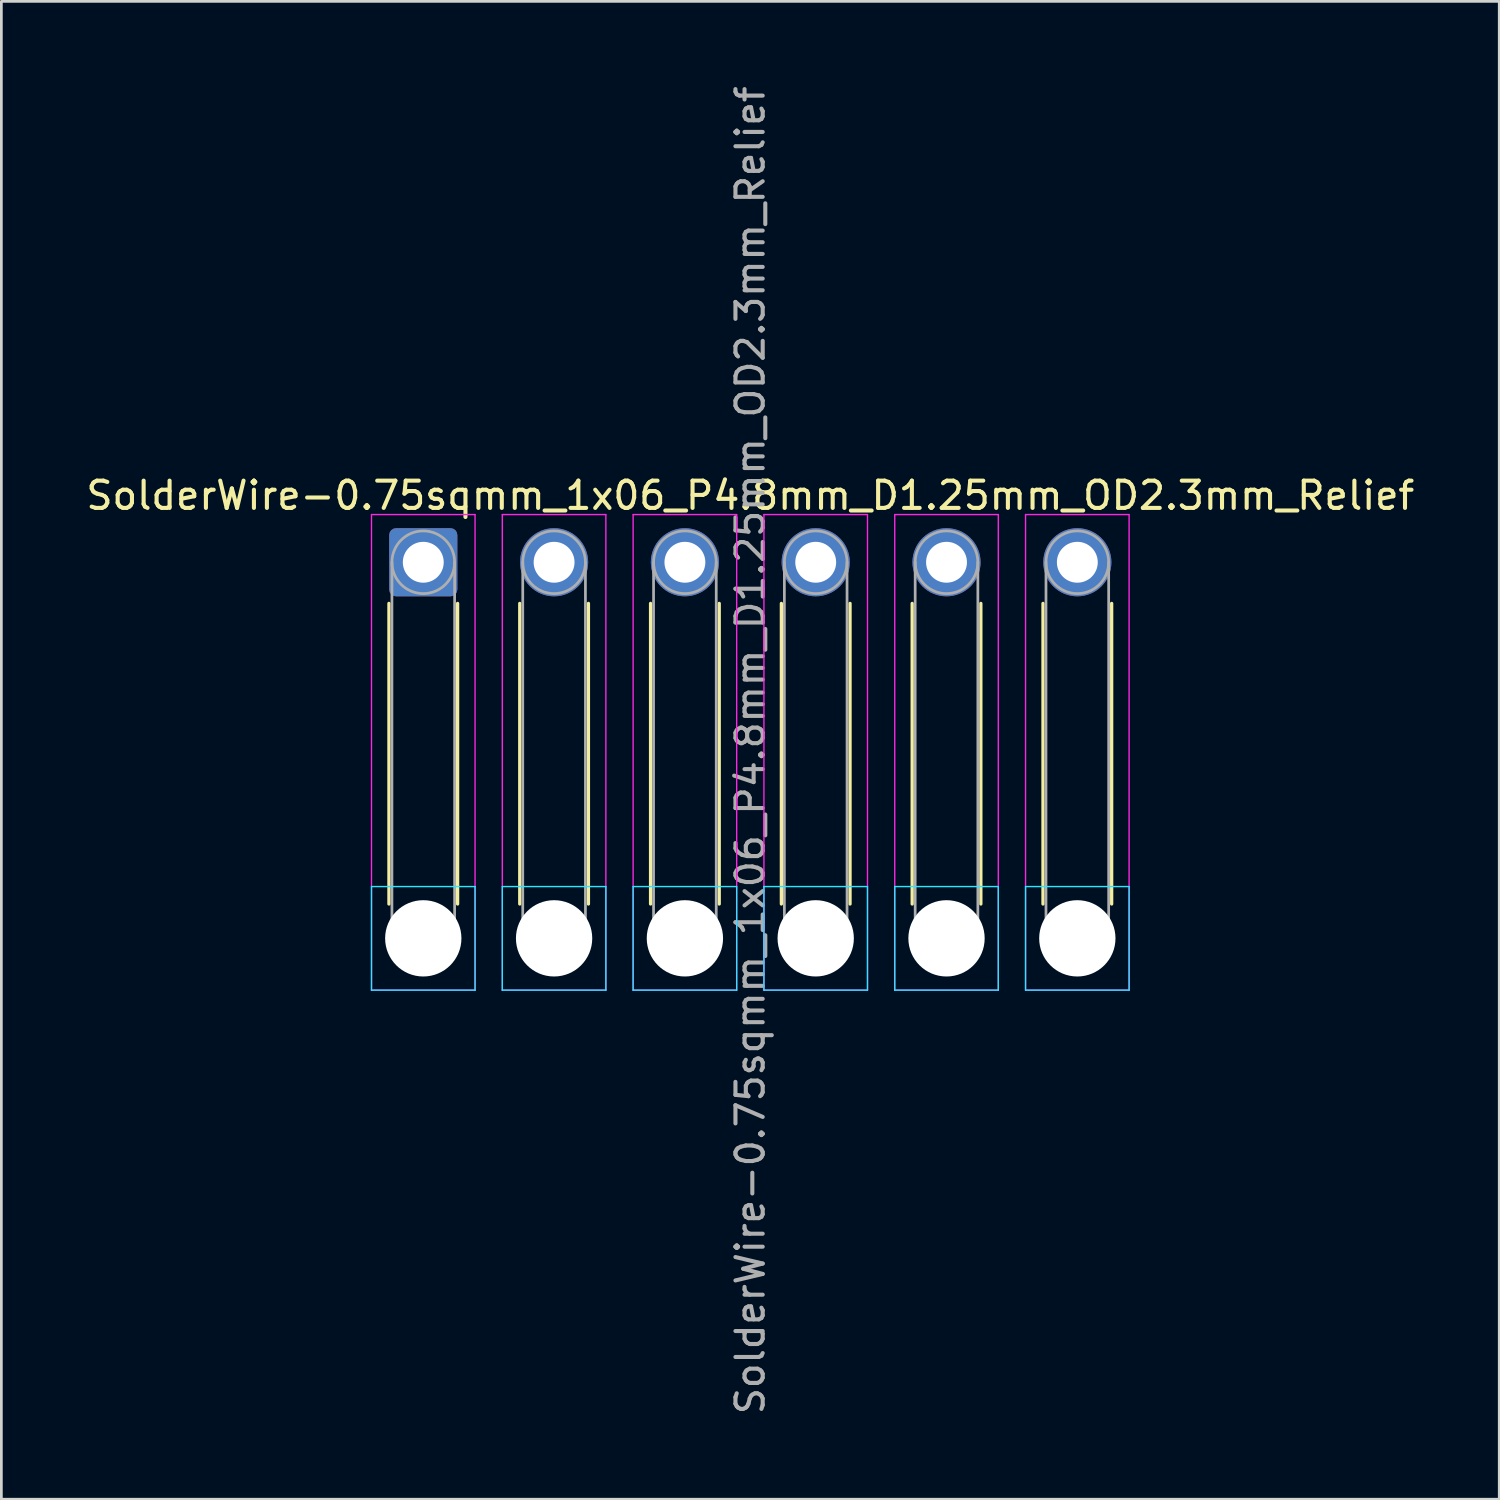
<source format=kicad_pcb>
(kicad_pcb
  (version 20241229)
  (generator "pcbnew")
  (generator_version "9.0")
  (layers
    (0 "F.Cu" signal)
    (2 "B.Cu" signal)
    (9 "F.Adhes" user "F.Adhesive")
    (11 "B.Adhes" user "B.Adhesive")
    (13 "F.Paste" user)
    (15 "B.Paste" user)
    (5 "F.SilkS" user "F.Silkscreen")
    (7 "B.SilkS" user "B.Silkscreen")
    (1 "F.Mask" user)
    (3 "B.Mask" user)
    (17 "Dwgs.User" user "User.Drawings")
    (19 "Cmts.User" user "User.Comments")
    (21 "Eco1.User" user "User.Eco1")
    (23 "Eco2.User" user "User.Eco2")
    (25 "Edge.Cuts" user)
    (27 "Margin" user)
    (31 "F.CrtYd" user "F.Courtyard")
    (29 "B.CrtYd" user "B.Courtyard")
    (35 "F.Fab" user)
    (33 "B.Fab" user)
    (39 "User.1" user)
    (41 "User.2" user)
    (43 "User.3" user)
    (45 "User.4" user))
  (footprint "SolderWire-0.75sqmm_1x06_P4.8mm_D1.25mm_OD2.3mm_Relief"
    (layer "F.Cu")
    (at 12.482 17.582)
    (property "Reference" "SolderWire-0.75sqmm_1x06_P4.8mm_D1.25mm_OD2.3mm_Relief" (at 12 -2.45 0) (layer "F.SilkS") (effects (font (size 1 1) (thickness 0.15))))
    (attr exclude_from_pos_files exclude_from_bom)
    (fp_line (start -1.26 1.51) (end -1.26 12.54) (stroke (width 0.12) (type solid)) (layer "F.SilkS"))
    (fp_line (start 1.26 1.51) (end 1.26 12.54) (stroke (width 0.12) (type solid)) (layer "F.SilkS"))
    (fp_line (start 3.54 1.51) (end 3.54 12.54) (stroke (width 0.12) (type solid)) (layer "F.SilkS"))
    (fp_line (start 6.06 1.51) (end 6.06 12.54) (stroke (width 0.12) (type solid)) (layer "F.SilkS"))
    (fp_line (start 8.34 1.51) (end 8.34 12.54) (stroke (width 0.12) (type solid)) (layer "F.SilkS"))
    (fp_line (start 10.86 1.51) (end 10.86 12.54) (stroke (width 0.12) (type solid)) (layer "F.SilkS"))
    (fp_line (start 13.14 1.51) (end 13.14 12.54) (stroke (width 0.12) (type solid)) (layer "F.SilkS"))
    (fp_line (start 15.66 1.51) (end 15.66 12.54) (stroke (width 0.12) (type solid)) (layer "F.SilkS"))
    (fp_line (start 17.94 1.51) (end 17.94 12.54) (stroke (width 0.12) (type solid)) (layer "F.SilkS"))
    (fp_line (start 20.46 1.51) (end 20.46 12.54) (stroke (width 0.12) (type solid)) (layer "F.SilkS"))
    (fp_line (start 22.74 1.51) (end 22.74 12.54) (stroke (width 0.12) (type solid)) (layer "F.SilkS"))
    (fp_line (start 25.26 1.51) (end 25.26 12.54) (stroke (width 0.12) (type solid)) (layer "F.SilkS"))
    (fp_line (start -1.9 11.9) (end -1.9 15.7) (stroke (width 0.05) (type solid)) (layer "B.CrtYd"))
    (fp_line (start -1.9 15.7) (end 1.9 15.7) (stroke (width 0.05) (type solid)) (layer "B.CrtYd"))
    (fp_line (start 1.9 11.9) (end -1.9 11.9) (stroke (width 0.05) (type solid)) (layer "B.CrtYd"))
    (fp_line (start 1.9 15.7) (end 1.9 11.9) (stroke (width 0.05) (type solid)) (layer "B.CrtYd"))
    (fp_line (start 2.9 11.9) (end 2.9 15.7) (stroke (width 0.05) (type solid)) (layer "B.CrtYd"))
    (fp_line (start 2.9 15.7) (end 6.7 15.7) (stroke (width 0.05) (type solid)) (layer "B.CrtYd"))
    (fp_line (start 6.7 11.9) (end 2.9 11.9) (stroke (width 0.05) (type solid)) (layer "B.CrtYd"))
    (fp_line (start 6.7 15.7) (end 6.7 11.9) (stroke (width 0.05) (type solid)) (layer "B.CrtYd"))
    (fp_line (start 7.7 11.9) (end 7.7 15.7) (stroke (width 0.05) (type solid)) (layer "B.CrtYd"))
    (fp_line (start 7.7 15.7) (end 11.5 15.7) (stroke (width 0.05) (type solid)) (layer "B.CrtYd"))
    (fp_line (start 11.5 11.9) (end 7.7 11.9) (stroke (width 0.05) (type solid)) (layer "B.CrtYd"))
    (fp_line (start 11.5 15.7) (end 11.5 11.9) (stroke (width 0.05) (type solid)) (layer "B.CrtYd"))
    (fp_line (start 12.5 11.9) (end 12.5 15.7) (stroke (width 0.05) (type solid)) (layer "B.CrtYd"))
    (fp_line (start 12.5 15.7) (end 16.3 15.7) (stroke (width 0.05) (type solid)) (layer "B.CrtYd"))
    (fp_line (start 16.3 11.9) (end 12.5 11.9) (stroke (width 0.05) (type solid)) (layer "B.CrtYd"))
    (fp_line (start 16.3 15.7) (end 16.3 11.9) (stroke (width 0.05) (type solid)) (layer "B.CrtYd"))
    (fp_line (start 17.3 11.9) (end 17.3 15.7) (stroke (width 0.05) (type solid)) (layer "B.CrtYd"))
    (fp_line (start 17.3 15.7) (end 21.1 15.7) (stroke (width 0.05) (type solid)) (layer "B.CrtYd"))
    (fp_line (start 21.1 11.9) (end 17.3 11.9) (stroke (width 0.05) (type solid)) (layer "B.CrtYd"))
    (fp_line (start 21.1 15.7) (end 21.1 11.9) (stroke (width 0.05) (type solid)) (layer "B.CrtYd"))
    (fp_line (start 22.1 11.9) (end 22.1 15.7) (stroke (width 0.05) (type solid)) (layer "B.CrtYd"))
    (fp_line (start 22.1 15.7) (end 25.9 15.7) (stroke (width 0.05) (type solid)) (layer "B.CrtYd"))
    (fp_line (start 25.9 11.9) (end 22.1 11.9) (stroke (width 0.05) (type solid)) (layer "B.CrtYd"))
    (fp_line (start 25.9 15.7) (end 25.9 11.9) (stroke (width 0.05) (type solid)) (layer "B.CrtYd"))
    (fp_line (start -1.9 -1.75) (end -1.9 15.7) (stroke (width 0.05) (type solid)) (layer "F.CrtYd"))
    (fp_line (start -1.9 15.7) (end 1.9 15.7) (stroke (width 0.05) (type solid)) (layer "F.CrtYd"))
    (fp_line (start 1.9 -1.75) (end -1.9 -1.75) (stroke (width 0.05) (type solid)) (layer "F.CrtYd"))
    (fp_line (start 1.9 15.7) (end 1.9 -1.75) (stroke (width 0.05) (type solid)) (layer "F.CrtYd"))
    (fp_line (start 2.9 -1.75) (end 2.9 15.7) (stroke (width 0.05) (type solid)) (layer "F.CrtYd"))
    (fp_line (start 2.9 15.7) (end 6.7 15.7) (stroke (width 0.05) (type solid)) (layer "F.CrtYd"))
    (fp_line (start 6.7 -1.75) (end 2.9 -1.75) (stroke (width 0.05) (type solid)) (layer "F.CrtYd"))
    (fp_line (start 6.7 15.7) (end 6.7 -1.75) (stroke (width 0.05) (type solid)) (layer "F.CrtYd"))
    (fp_line (start 7.7 -1.75) (end 7.7 15.7) (stroke (width 0.05) (type solid)) (layer "F.CrtYd"))
    (fp_line (start 7.7 15.7) (end 11.5 15.7) (stroke (width 0.05) (type solid)) (layer "F.CrtYd"))
    (fp_line (start 11.5 -1.75) (end 7.7 -1.75) (stroke (width 0.05) (type solid)) (layer "F.CrtYd"))
    (fp_line (start 11.5 15.7) (end 11.5 -1.75) (stroke (width 0.05) (type solid)) (layer "F.CrtYd"))
    (fp_line (start 12.5 -1.75) (end 12.5 15.7) (stroke (width 0.05) (type solid)) (layer "F.CrtYd"))
    (fp_line (start 12.5 15.7) (end 16.3 15.7) (stroke (width 0.05) (type solid)) (layer "F.CrtYd"))
    (fp_line (start 16.3 -1.75) (end 12.5 -1.75) (stroke (width 0.05) (type solid)) (layer "F.CrtYd"))
    (fp_line (start 16.3 15.7) (end 16.3 -1.75) (stroke (width 0.05) (type solid)) (layer "F.CrtYd"))
    (fp_line (start 17.3 -1.75) (end 17.3 15.7) (stroke (width 0.05) (type solid)) (layer "F.CrtYd"))
    (fp_line (start 17.3 15.7) (end 21.1 15.7) (stroke (width 0.05) (type solid)) (layer "F.CrtYd"))
    (fp_line (start 21.1 -1.75) (end 17.3 -1.75) (stroke (width 0.05) (type solid)) (layer "F.CrtYd"))
    (fp_line (start 21.1 15.7) (end 21.1 -1.75) (stroke (width 0.05) (type solid)) (layer "F.CrtYd"))
    (fp_line (start 22.1 -1.75) (end 22.1 15.7) (stroke (width 0.05) (type solid)) (layer "F.CrtYd"))
    (fp_line (start 22.1 15.7) (end 25.9 15.7) (stroke (width 0.05) (type solid)) (layer "F.CrtYd"))
    (fp_line (start 25.9 -1.75) (end 22.1 -1.75) (stroke (width 0.05) (type solid)) (layer "F.CrtYd"))
    (fp_line (start 25.9 15.7) (end 25.9 -1.75) (stroke (width 0.05) (type solid)) (layer "F.CrtYd"))
    (fp_line (start -1.15 0) (end -1.15 13.8) (stroke (width 0.1) (type solid)) (layer "F.Fab"))
    (fp_line (start 1.15 0) (end 1.15 13.8) (stroke (width 0.1) (type solid)) (layer "F.Fab"))
    (fp_line (start 3.65 0) (end 3.65 13.8) (stroke (width 0.1) (type solid)) (layer "F.Fab"))
    (fp_line (start 5.95 0) (end 5.95 13.8) (stroke (width 0.1) (type solid)) (layer "F.Fab"))
    (fp_line (start 8.45 0) (end 8.45 13.8) (stroke (width 0.1) (type solid)) (layer "F.Fab"))
    (fp_line (start 10.75 0) (end 10.75 13.8) (stroke (width 0.1) (type solid)) (layer "F.Fab"))
    (fp_line (start 13.25 0) (end 13.25 13.8) (stroke (width 0.1) (type solid)) (layer "F.Fab"))
    (fp_line (start 15.55 0) (end 15.55 13.8) (stroke (width 0.1) (type solid)) (layer "F.Fab"))
    (fp_line (start 18.05 0) (end 18.05 13.8) (stroke (width 0.1) (type solid)) (layer "F.Fab"))
    (fp_line (start 20.35 0) (end 20.35 13.8) (stroke (width 0.1) (type solid)) (layer "F.Fab"))
    (fp_line (start 22.85 0) (end 22.85 13.8) (stroke (width 0.1) (type solid)) (layer "F.Fab"))
    (fp_line (start 25.15 0) (end 25.15 13.8) (stroke (width 0.1) (type solid)) (layer "F.Fab"))
    (fp_circle (center 0 0) (end 1.15 0) (stroke (width 0.1) (type solid)) (fill no) (layer "F.Fab"))
    (fp_circle (center 0 13.8) (end 1.15 13.8) (stroke (width 0.1) (type solid)) (fill no) (layer "F.Fab"))
    (fp_circle (center 4.8 0) (end 5.95 0) (stroke (width 0.1) (type solid)) (fill no) (layer "F.Fab"))
    (fp_circle (center 4.8 13.8) (end 5.95 13.8) (stroke (width 0.1) (type solid)) (fill no) (layer "F.Fab"))
    (fp_circle (center 9.6 0) (end 10.75 0) (stroke (width 0.1) (type solid)) (fill no) (layer "F.Fab"))
    (fp_circle (center 9.6 13.8) (end 10.75 13.8) (stroke (width 0.1) (type solid)) (fill no) (layer "F.Fab"))
    (fp_circle (center 14.4 0) (end 15.55 0) (stroke (width 0.1) (type solid)) (fill no) (layer "F.Fab"))
    (fp_circle (center 14.4 13.8) (end 15.55 13.8) (stroke (width 0.1) (type solid)) (fill no) (layer "F.Fab"))
    (fp_circle (center 19.2 0) (end 20.35 0) (stroke (width 0.1) (type solid)) (fill no) (layer "F.Fab"))
    (fp_circle (center 19.2 13.8) (end 20.35 13.8) (stroke (width 0.1) (type solid)) (fill no) (layer "F.Fab"))
    (fp_circle (center 24 0) (end 25.15 0) (stroke (width 0.1) (type solid)) (fill no) (layer "F.Fab"))
    (fp_circle (center 24 13.8) (end 25.15 13.8) (stroke (width 0.1) (type solid)) (fill no) (layer "F.Fab"))
    (fp_text user "${REFERENCE}" (at 12 6.9 90) (layer "F.Fab") (effects (font (size 1 1) (thickness 0.15))))
    (pad "" np_thru_hole circle (at 0 13.8) (size 2.8 2.8) (drill 2.8) (layers "*.Cu" "*.Mask"))
    (pad "" np_thru_hole circle (at 4.8 13.8) (size 2.8 2.8) (drill 2.8) (layers "*.Cu" "*.Mask"))
    (pad "" np_thru_hole circle (at 9.6 13.8) (size 2.8 2.8) (drill 2.8) (layers "*.Cu" "*.Mask"))
    (pad "" np_thru_hole circle (at 14.4 13.8) (size 2.8 2.8) (drill 2.8) (layers "*.Cu" "*.Mask"))
    (pad "" np_thru_hole circle (at 19.2 13.8) (size 2.8 2.8) (drill 2.8) (layers "*.Cu" "*.Mask"))
    (pad "" np_thru_hole circle (at 24 13.8) (size 2.8 2.8) (drill 2.8) (layers "*.Cu" "*.Mask"))
    (pad "1" thru_hole roundrect (at 0 0) (size 2.5 2.5) (drill 1.5) (layers "*.Cu" "*.Mask") (roundrect_rratio 0.1))
    (pad "2" thru_hole circle (at 4.8 0) (size 2.5 2.5) (drill 1.5) (layers "*.Cu" "*.Mask"))
    (pad "3" thru_hole circle (at 9.6 0) (size 2.5 2.5) (drill 1.5) (layers "*.Cu" "*.Mask"))
    (pad "4" thru_hole circle (at 14.4 0) (size 2.5 2.5) (drill 1.5) (layers "*.Cu" "*.Mask"))
    (pad "5" thru_hole circle (at 19.2 0) (size 2.5 2.5) (drill 1.5) (layers "*.Cu" "*.Mask"))
    (pad "6" thru_hole circle (at 24 0) (size 2.5 2.5) (drill 1.5) (layers "*.Cu" "*.Mask")))
  (gr_rect
    (start -3 -3)
    (end 51.964 51.964)
    (stroke (width 0.1) (type default))
    (fill no)
    (layer "Edge.Cuts")))
</source>
